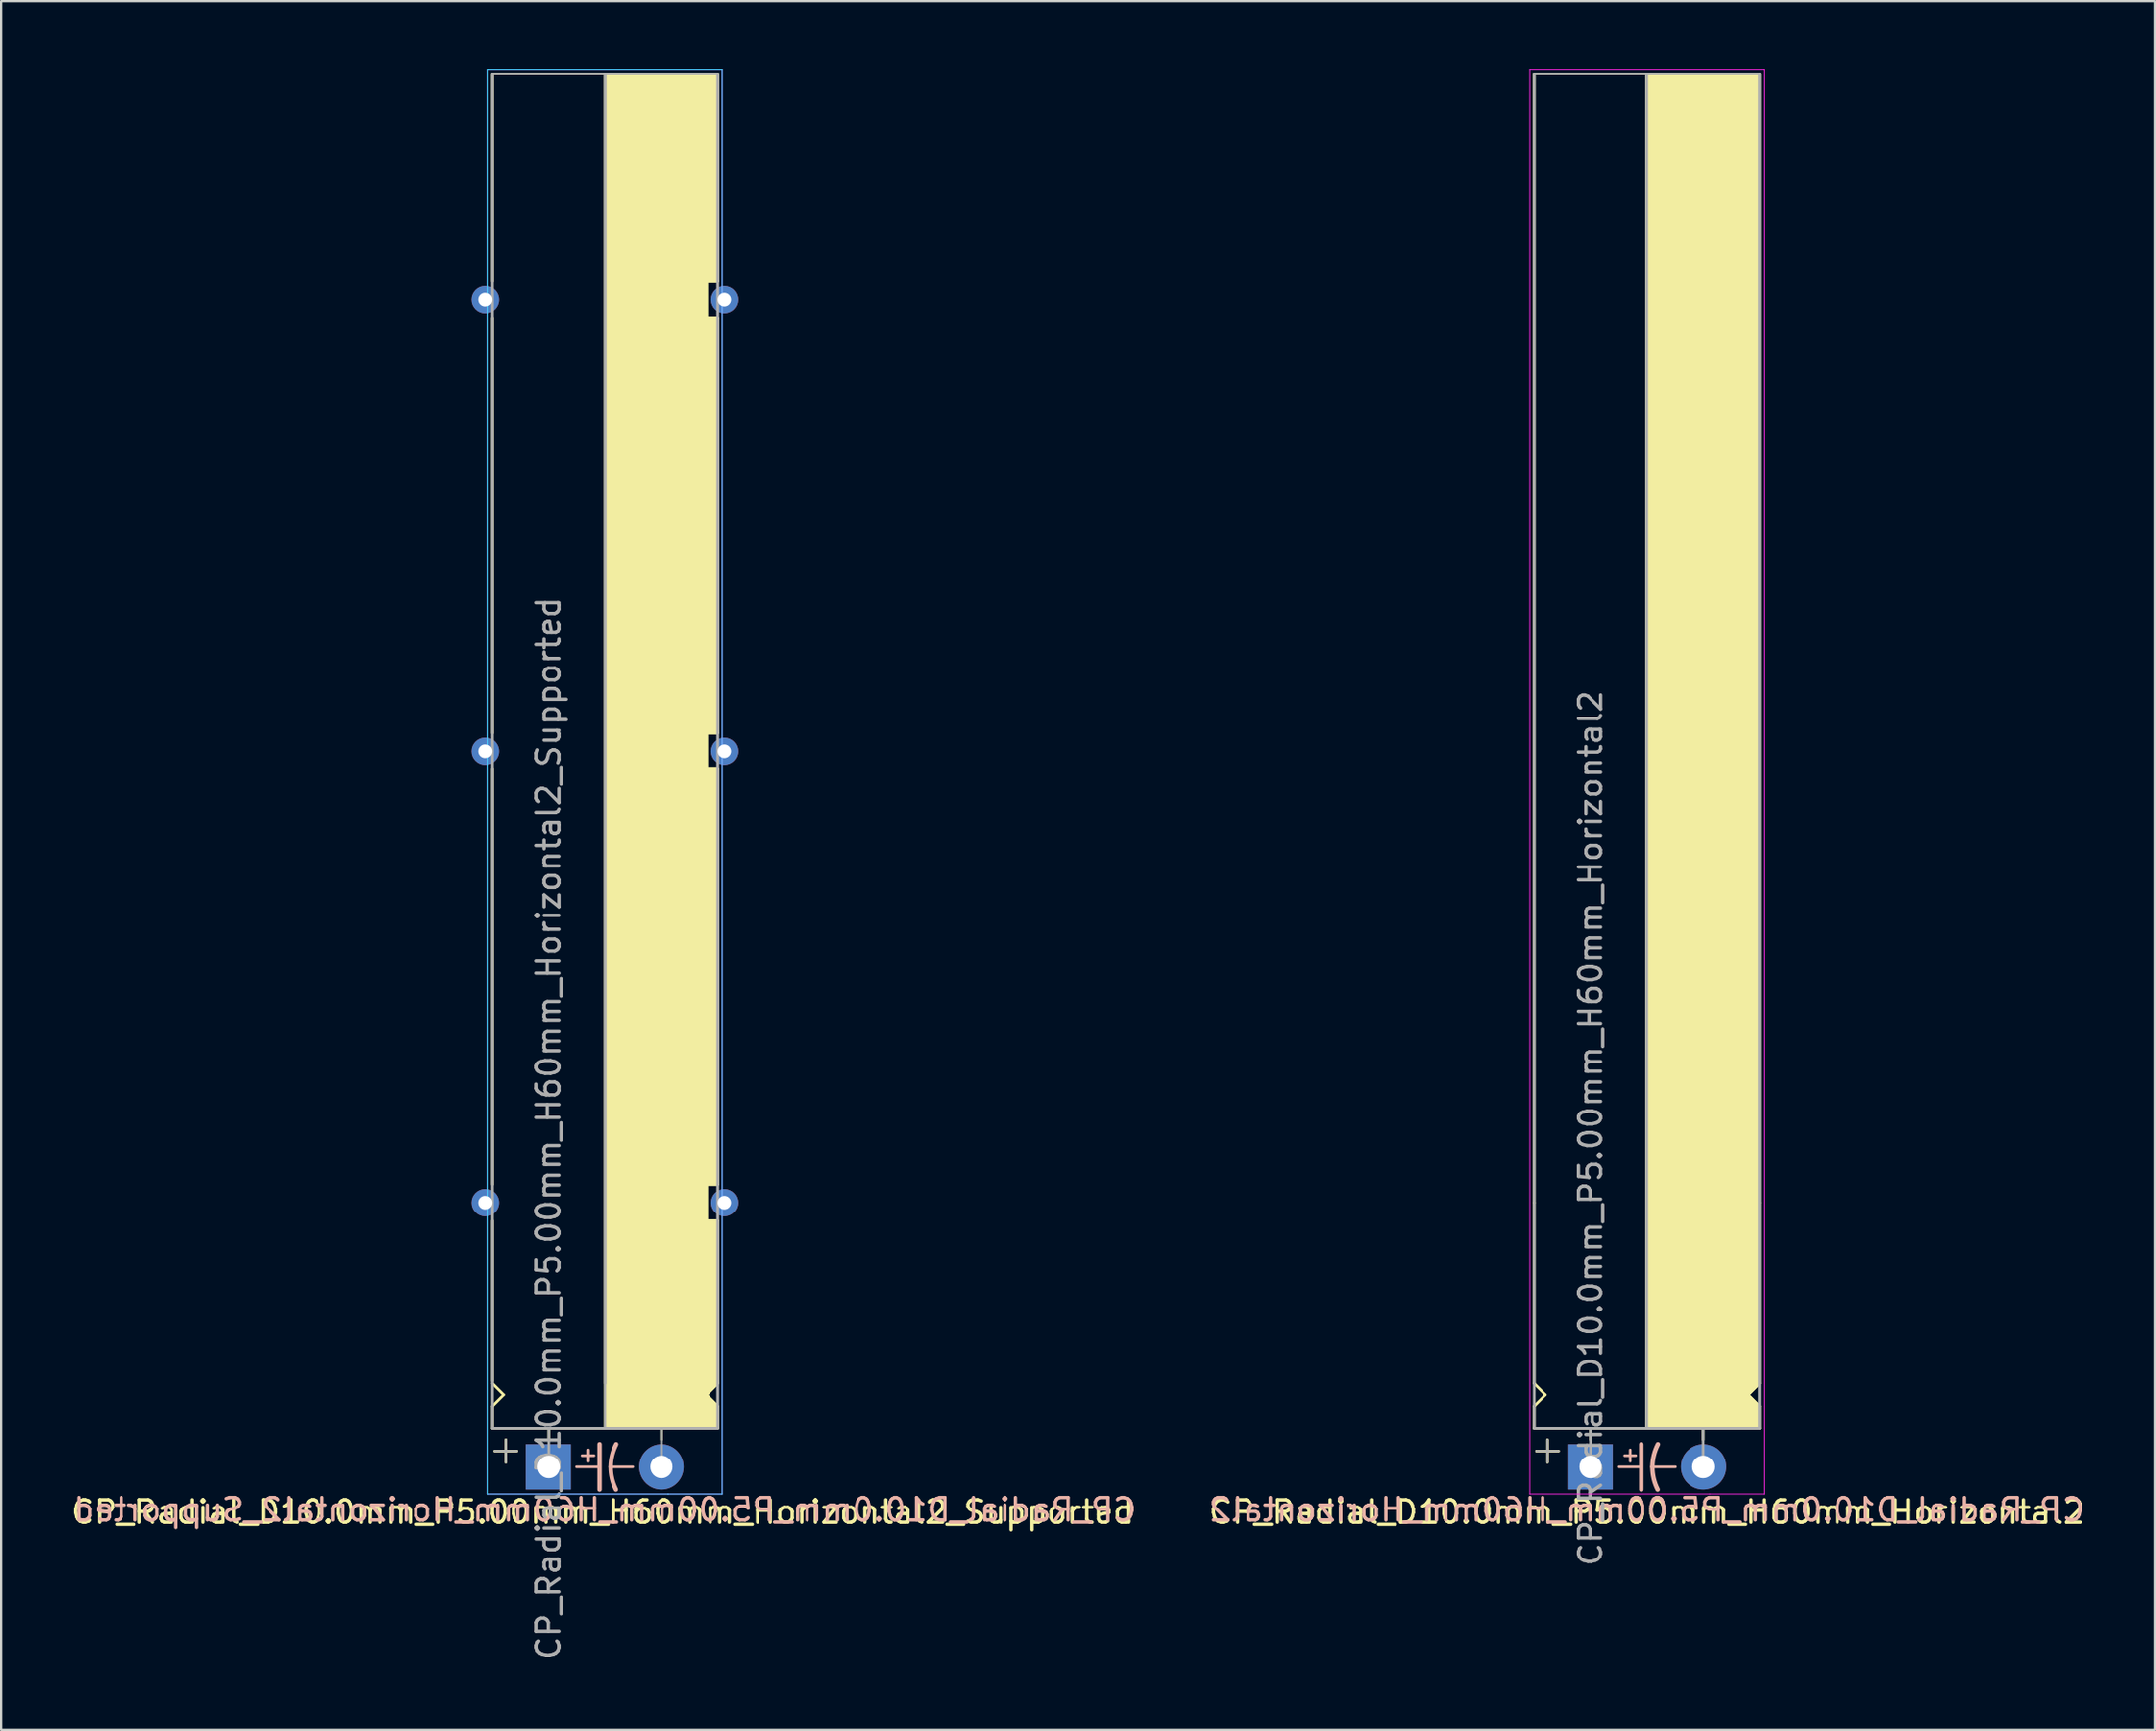
<source format=kicad_pcb>
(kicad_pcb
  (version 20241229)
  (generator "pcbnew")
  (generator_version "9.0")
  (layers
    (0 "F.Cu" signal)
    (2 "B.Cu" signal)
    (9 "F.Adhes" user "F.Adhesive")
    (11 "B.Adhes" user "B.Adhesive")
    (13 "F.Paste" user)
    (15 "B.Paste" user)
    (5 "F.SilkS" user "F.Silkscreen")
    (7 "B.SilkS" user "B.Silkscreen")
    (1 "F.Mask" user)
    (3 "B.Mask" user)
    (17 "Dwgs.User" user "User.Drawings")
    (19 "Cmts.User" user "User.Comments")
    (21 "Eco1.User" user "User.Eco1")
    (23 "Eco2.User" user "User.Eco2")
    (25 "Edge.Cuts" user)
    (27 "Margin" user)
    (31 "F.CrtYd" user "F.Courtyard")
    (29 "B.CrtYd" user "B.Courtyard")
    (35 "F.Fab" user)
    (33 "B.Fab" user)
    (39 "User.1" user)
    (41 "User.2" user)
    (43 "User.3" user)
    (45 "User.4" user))
  (footprint "CP_Radial_D10.0mm_P5.00mm_H60mm_Horizontal2"
    (layer "F.Cu")
    (at 67.404 61.92)
    (property "Reference" "CP_Radial_D10.0mm_P5.00mm_H60mm_Horizontal2" (at 2.5 2 0) (layer "F.SilkS") (effects (font (size 1 1) (thickness 0.15))))
    (fp_line (start -2.5 -61.7) (end 7.5 -61.7) (stroke (width 0.12) (type solid)) (layer "F.SilkS"))
    (fp_line (start -2.5 -11.7) (end -2.5 -61.7) (stroke (width 0.12) (type solid)) (layer "F.SilkS"))
    (fp_line (start -2.5 -3.7) (end -2.5 -11.7) (stroke (width 0.12) (type solid)) (layer "F.SilkS"))
    (fp_line (start -2.5 -2.7) (end -2 -3.2) (stroke (width 0.12) (type solid)) (layer "F.SilkS"))
    (fp_line (start -2.5 -1.7) (end -2.5 -2.7) (stroke (width 0.12) (type solid)) (layer "F.SilkS"))
    (fp_line (start -2 -3.2) (end -2.5 -3.7) (stroke (width 0.12) (type solid)) (layer "F.SilkS"))
    (fp_line (start -1.9 -1.2) (end -1.9 -0.2) (stroke (width 0.12) (type solid)) (layer "F.SilkS"))
    (fp_line (start -1.4 -0.7) (end -2.4 -0.7) (stroke (width 0.12) (type solid)) (layer "F.SilkS"))
    (fp_line (start 0 -1.7) (end 0 -1.2) (stroke (width 0.12) (type solid)) (layer "F.SilkS"))
    (fp_line (start 2.5 -61.7) (end 2.5 -1.7) (stroke (width 0.12) (type solid)) (layer "F.SilkS"))
    (fp_line (start 2.5 -1.7) (end -2.5 -1.7) (stroke (width 0.12) (type solid)) (layer "F.SilkS"))
    (fp_line (start 5 -1.7) (end 5 -1.2) (stroke (width 0.12) (type solid)) (layer "F.SilkS"))
    (fp_line (start 7 -3.2) (end 7.5 -3.7) (stroke (width 0.12) (type solid)) (layer "F.SilkS"))
    (fp_line (start 7.5 -11.7) (end 7.5 -61.7) (stroke (width 0.12) (type solid)) (layer "F.SilkS"))
    (fp_line (start 7.5 -3.7) (end 7.5 -11.7) (stroke (width 0.12) (type solid)) (layer "F.SilkS"))
    (fp_line (start 7.5 -2.7) (end 7 -3.2) (stroke (width 0.12) (type solid)) (layer "F.SilkS"))
    (fp_line (start 7.5 -1.7) (end 2.5 -1.7) (stroke (width 0.12) (type solid)) (layer "F.SilkS"))
    (fp_line (start 7.5 -1.7) (end 7.5 -2.7) (stroke (width 0.12) (type solid)) (layer "F.SilkS"))
    (fp_poly (pts (xy 7.5 -2.7) (xy 7 -3.2) (xy 7.5 -3.7) (xy 7.5 -61.7) (xy 2.5 -61.7) (xy 2.5 -1.7) (xy 7.5 -1.7)) (stroke (width 0.1) (type solid)) (fill yes) (layer "F.SilkS"))
    (fp_line (start 1.25 0) (end 2.25 0) (stroke (width 0.12) (type solid)) (layer "B.SilkS"))
    (fp_line (start 1.5 -0.5) (end 2 -0.5) (stroke (width 0.12) (type solid)) (layer "B.SilkS"))
    (fp_line (start 1.75 -0.75) (end 1.75 -0.25) (stroke (width 0.12) (type solid)) (layer "B.SilkS"))
    (fp_line (start 2.25 1) (end 2.25 -1) (stroke (width 0.2) (type solid)) (layer "B.SilkS"))
    (fp_line (start 3.75 0) (end 2.75 0) (stroke (width 0.12) (type solid)) (layer "B.SilkS"))
    (fp_arc (start 2.75 0) (mid 2.816707 -0.514573) (end 3 -1) (stroke (width 0.2) (type solid)) (layer "B.SilkS"))
    (fp_arc (start 2.987539 1) (mid 2.810248 0.513901) (end 2.75 0) (stroke (width 0.2) (type solid)) (layer "B.SilkS"))
    (fp_line (start -2.7 -61.9) (end -2.7 1.2) (stroke (width 0.04) (type solid)) (layer "F.CrtYd"))
    (fp_line (start -2.7 1.2) (end 5.3 1.2) (stroke (width 0.04) (type solid)) (layer "F.CrtYd"))
    (fp_line (start 5.3 1.2) (end 7.7 1.2) (stroke (width 0.04) (type solid)) (layer "F.CrtYd"))
    (fp_line (start 7.7 -61.9) (end -2.7 -61.9) (stroke (width 0.04) (type solid)) (layer "F.CrtYd"))
    (fp_line (start 7.7 1.2) (end 7.7 -61.9) (stroke (width 0.04) (type solid)) (layer "F.CrtYd"))
    (fp_line (start -2.5 -61.7) (end 7.5 -61.7) (stroke (width 0.12) (type solid)) (layer "F.Fab"))
    (fp_line (start -2.5 -1.7) (end -2.5 -61.7) (stroke (width 0.12) (type solid)) (layer "F.Fab"))
    (fp_line (start -2.4 -0.7) (end -1.4 -0.7) (stroke (width 0.1) (type solid)) (layer "F.Fab"))
    (fp_line (start -1.9 -0.2) (end -1.9 -1.2) (stroke (width 0.1) (type solid)) (layer "F.Fab"))
    (fp_line (start 0 -1.7) (end 0 0) (stroke (width 0.12) (type solid)) (layer "F.Fab"))
    (fp_line (start 2.5 -1.7) (end 2.5 -61.7) (stroke (width 0.12) (type solid)) (layer "F.Fab"))
    (fp_line (start 5 -1.7) (end 5 0) (stroke (width 0.12) (type solid)) (layer "F.Fab"))
    (fp_line (start 7.5 -61.7) (end 7.5 -1.7) (stroke (width 0.12) (type solid)) (layer "F.Fab"))
    (fp_line (start 7.5 -1.7) (end -2.5 -1.7) (stroke (width 0.12) (type solid)) (layer "F.Fab"))
    (fp_poly (pts (xy 7.5 -61.7) (xy 2.5 -61.7) (xy 2.5 -1.7) (xy 7.5 -1.7)) (stroke (width 0.1) (type solid)) (fill no) (layer "F.Fab"))
    (fp_text user "${REFERENCE}" (at 2.5 1.9 0) (layer "B.SilkS") (effects (font (size 1 1) (thickness 0.15)) (justify mirror)))
    (fp_text user "${REFERENCE}" (at 0 -15 90) (layer "F.Fab") (effects (font (size 1 1) (thickness 0.15))))
    (pad "1" thru_hole rect (at 0 0) (size 2 2) (drill 1) (layers "*.Cu" "*.Mask"))
    (pad "2" thru_hole circle (at 5 0) (size 2 2) (drill 1) (layers "*.Cu" "*.Mask")))
  (footprint "CP_Radial_D10.0mm_P5.00mm_H60mm_Horizontal2_Supported"
    (layer "F.Cu")
    (at 21.249 61.92)
    (property "Reference" "CP_Radial_D10.0mm_P5.00mm_H60mm_Horizontal2_Supported" (at 2.4 2 0) (layer "F.SilkS") (effects (font (size 1 1) (thickness 0.15))))
    (fp_line (start -2.5 -61.7) (end 7.5 -61.7) (stroke (width 0.12) (type solid)) (layer "F.SilkS"))
    (fp_line (start -2.5 -52.5) (end -2.5 -61.7) (stroke (width 0.12) (type solid)) (layer "F.SilkS"))
    (fp_line (start -2.5 -50.9) (end -2.5 -32.5) (stroke (width 0.12) (type solid)) (layer "F.SilkS"))
    (fp_line (start -2.5 -12.5) (end -2.5 -30.9) (stroke (width 0.12) (type solid)) (layer "F.SilkS"))
    (fp_line (start -2.5 -3.8) (end -2.5 -10.9) (stroke (width 0.12) (type solid)) (layer "F.SilkS"))
    (fp_line (start -2.5 -2.7) (end -2 -3.2) (stroke (width 0.12) (type solid)) (layer "F.SilkS"))
    (fp_line (start -2.5 -1.7) (end -2.5 -2.7) (stroke (width 0.12) (type solid)) (layer "F.SilkS"))
    (fp_line (start -2 -3.2) (end -2.5 -3.7) (stroke (width 0.12) (type solid)) (layer "F.SilkS"))
    (fp_line (start -1.9 -1.2) (end -1.9 -0.2) (stroke (width 0.12) (type solid)) (layer "F.SilkS"))
    (fp_line (start -1.4 -0.7) (end -2.4 -0.7) (stroke (width 0.12) (type solid)) (layer "F.SilkS"))
    (fp_line (start 0 -1.7) (end 0 -1.2) (stroke (width 0.12) (type solid)) (layer "F.SilkS"))
    (fp_line (start 2.5 -61.7) (end 2.5 -1.7) (stroke (width 0.12) (type solid)) (layer "F.SilkS"))
    (fp_line (start 2.5 -1.7) (end -2.5 -1.7) (stroke (width 0.12) (type solid)) (layer "F.SilkS"))
    (fp_line (start 5 -1.7) (end 5 -1.2) (stroke (width 0.12) (type solid)) (layer "F.SilkS"))
    (fp_line (start 7 -52.5) (end 7.5 -52.5) (stroke (width 0.12) (type solid)) (layer "F.SilkS"))
    (fp_line (start 7 -50.9) (end 7 -52.5) (stroke (width 0.12) (type solid)) (layer "F.SilkS"))
    (fp_line (start 7 -32.5) (end 7.5 -32.5) (stroke (width 0.12) (type solid)) (layer "F.SilkS"))
    (fp_line (start 7 -30.9) (end 7 -32.5) (stroke (width 0.12) (type solid)) (layer "F.SilkS"))
    (fp_line (start 7 -12.5) (end 7.5 -12.5) (stroke (width 0.12) (type solid)) (layer "F.SilkS"))
    (fp_line (start 7 -10.9) (end 7 -12.5) (stroke (width 0.12) (type solid)) (layer "F.SilkS"))
    (fp_line (start 7 -3.2) (end 7.5 -3.7) (stroke (width 0.12) (type solid)) (layer "F.SilkS"))
    (fp_line (start 7.5 -52.5) (end 7.5 -61.7) (stroke (width 0.12) (type solid)) (layer "F.SilkS"))
    (fp_line (start 7.5 -50.9) (end 7 -50.9) (stroke (width 0.12) (type solid)) (layer "F.SilkS"))
    (fp_line (start 7.5 -50.9) (end 7.5 -32.5) (stroke (width 0.12) (type solid)) (layer "F.SilkS"))
    (fp_line (start 7.5 -30.9) (end 7 -30.9) (stroke (width 0.12) (type solid)) (layer "F.SilkS"))
    (fp_line (start 7.5 -12.5) (end 7.5 -30.9) (stroke (width 0.12) (type solid)) (layer "F.SilkS"))
    (fp_line (start 7.5 -10.9) (end 7 -10.9) (stroke (width 0.12) (type solid)) (layer "F.SilkS"))
    (fp_line (start 7.5 -3.7) (end 7.5 -10.9) (stroke (width 0.12) (type solid)) (layer "F.SilkS"))
    (fp_line (start 7.5 -2.7) (end 7 -3.2) (stroke (width 0.12) (type solid)) (layer "F.SilkS"))
    (fp_line (start 7.5 -1.7) (end 2.5 -1.7) (stroke (width 0.12) (type solid)) (layer "F.SilkS"))
    (fp_line (start 7.5 -1.7) (end 7.5 -2.7) (stroke (width 0.12) (type solid)) (layer "F.SilkS"))
    (fp_poly (pts (xy 7.5 -2.7) (xy 7 -3.2) (xy 7.5 -3.7) (xy 7.5 -10.9) (xy 7 -10.9) (xy 7 -12.5) (xy 7.5 -12.5) (xy 7.5 -30.9) (xy 7 -30.9) (xy 7 -32.5) (xy 7.5 -32.5) (xy 7.5 -50.9) (xy 7 -50.9) (xy 7 -52.5) (xy 7.5 -52.5) (xy 7.5 -61.7) (xy 2.5 -61.7) (xy 2.5 -1.7) (xy 7.5 -1.7)) (stroke (width 0.1) (type solid)) (fill yes) (layer "F.SilkS"))
    (fp_line (start 1.25 0) (end 2.25 0) (stroke (width 0.12) (type solid)) (layer "B.SilkS"))
    (fp_line (start 1.5 -0.5) (end 2 -0.5) (stroke (width 0.12) (type solid)) (layer "B.SilkS"))
    (fp_line (start 1.75 -0.75) (end 1.75 -0.25) (stroke (width 0.12) (type solid)) (layer "B.SilkS"))
    (fp_line (start 2.25 1) (end 2.25 -1) (stroke (width 0.2) (type solid)) (layer "B.SilkS"))
    (fp_line (start 3.75 0) (end 2.75 0) (stroke (width 0.12) (type solid)) (layer "B.SilkS"))
    (fp_arc (start 2.75 0) (mid 2.816707 -0.514573) (end 3 -1) (stroke (width 0.2) (type solid)) (layer "B.SilkS"))
    (fp_arc (start 2.987539 1) (mid 2.810248 0.513901) (end 2.75 0) (stroke (width 0.2) (type solid)) (layer "B.SilkS"))
    (fp_line (start -2.7 -61.9) (end -2.7 1.2) (stroke (width 0.04) (type solid)) (layer "B.CrtYd"))
    (fp_line (start -2.7 1.2) (end 5.3 1.2) (stroke (width 0.04) (type solid)) (layer "B.CrtYd"))
    (fp_line (start 5.3 1.2) (end 7.7 1.2) (stroke (width 0.04) (type solid)) (layer "B.CrtYd"))
    (fp_line (start 7.7 -61.9) (end -2.7 -61.9) (stroke (width 0.04) (type solid)) (layer "B.CrtYd"))
    (fp_line (start 7.7 1.2) (end 7.7 -61.9) (stroke (width 0.04) (type solid)) (layer "B.CrtYd"))
    (fp_line (start -2.7 -61.9) (end -2.7 1.2) (stroke (width 0.04) (type solid)) (layer "F.CrtYd"))
    (fp_line (start -2.7 1.2) (end 5.3 1.2) (stroke (width 0.04) (type solid)) (layer "F.CrtYd"))
    (fp_line (start 5.3 1.2) (end 7.7 1.2) (stroke (width 0.04) (type solid)) (layer "F.CrtYd"))
    (fp_line (start 7.7 -61.9) (end -2.7 -61.9) (stroke (width 0.04) (type solid)) (layer "F.CrtYd"))
    (fp_line (start 7.7 1.2) (end 7.7 -61.9) (stroke (width 0.04) (type solid)) (layer "F.CrtYd"))
    (fp_line (start -2.5 -61.7) (end 7.5 -61.7) (stroke (width 0.12) (type solid)) (layer "F.Fab"))
    (fp_line (start -2.5 -1.7) (end -2.5 -61.7) (stroke (width 0.12) (type solid)) (layer "F.Fab"))
    (fp_line (start -2.4 -0.7) (end -1.4 -0.7) (stroke (width 0.1) (type solid)) (layer "F.Fab"))
    (fp_line (start -1.9 -0.2) (end -1.9 -1.2) (stroke (width 0.1) (type solid)) (layer "F.Fab"))
    (fp_line (start 0 -1.7) (end 0 0) (stroke (width 0.12) (type solid)) (layer "F.Fab"))
    (fp_line (start 2.5 -3.7) (end 2.5 -61.7) (stroke (width 0.12) (type solid)) (layer "F.Fab"))
    (fp_line (start 5 -1.7) (end 5 0) (stroke (width 0.12) (type solid)) (layer "F.Fab"))
    (fp_line (start 7.5 -61.7) (end 7.5 -1.7) (stroke (width 0.12) (type solid)) (layer "F.Fab"))
    (fp_line (start 7.5 -1.7) (end -2.5 -1.7) (stroke (width 0.12) (type solid)) (layer "F.Fab"))
    (fp_poly (pts (xy 7.5 -61.7) (xy 2.5 -61.7) (xy 2.5 -1.7) (xy 7.5 -1.7)) (stroke (width 0.1) (type solid)) (fill no) (layer "F.Fab"))
    (fp_text user "${REFERENCE}" (at 2.5 1.9 0) (layer "B.SilkS") (effects (font (size 1 1) (thickness 0.15)) (justify mirror)))
    (fp_text user "${REFERENCE}" (at 0 -15 90) (layer "F.Fab") (effects (font (size 1 1) (thickness 0.15))))
    (pad "1" thru_hole rect (at 0 0) (size 2 2) (drill 1) (layers "*.Cu" "*.Mask"))
    (pad "2" thru_hole circle (at 5 0) (size 2 2) (drill 1) (layers "*.Cu" "*.Mask"))
    (pad "~" thru_hole circle (at -2.8 -51.7 180) (size 1.2 1.2) (drill 0.6) (layers "*.Cu" "*.Mask"))
    (pad "~" thru_hole circle (at -2.8 -31.7) (size 1.2 1.2) (drill 0.6) (layers "*.Cu" "*.Mask"))
    (pad "~" thru_hole circle (at -2.8 -11.7) (size 1.2 1.2) (drill 0.6) (layers "*.Cu" "*.Mask"))
    (pad "~" thru_hole circle (at 7.8 -51.7 180) (size 1.2 1.2) (drill 0.6) (layers "*.Cu" "*.Mask"))
    (pad "~" thru_hole circle (at 7.8 -31.7 180) (size 1.2 1.2) (drill 0.6) (layers "*.Cu" "*.Mask"))
    (pad "~" thru_hole circle (at 7.8 -11.7 180) (size 1.2 1.2) (drill 0.6) (layers "*.Cu" "*.Mask")))
  (gr_rect
    (start -3 -3)
    (end 92.41 73.569)
    (stroke (width 0.1) (type default))
    (fill no)
    (layer "Edge.Cuts")))
</source>
